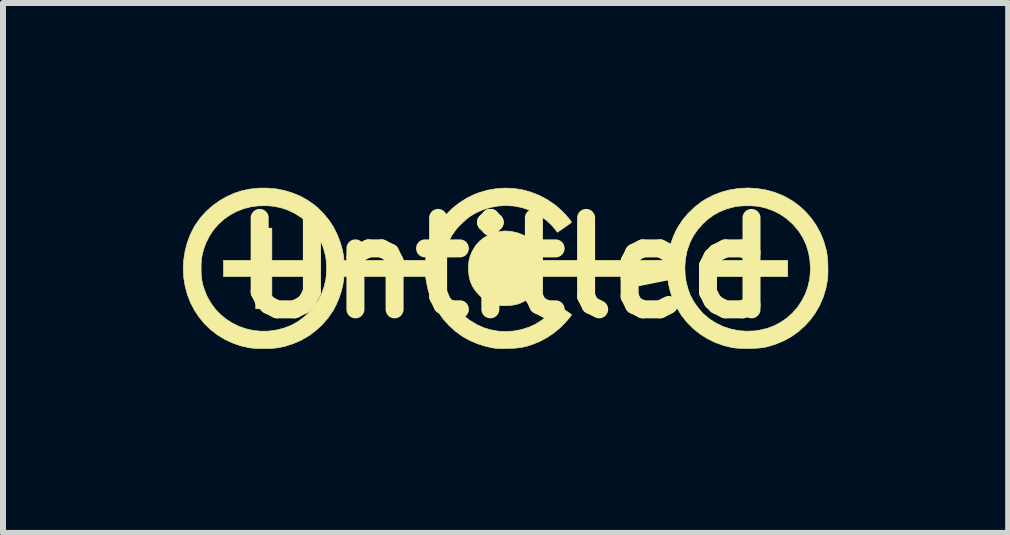
<source format=kicad_pcb>
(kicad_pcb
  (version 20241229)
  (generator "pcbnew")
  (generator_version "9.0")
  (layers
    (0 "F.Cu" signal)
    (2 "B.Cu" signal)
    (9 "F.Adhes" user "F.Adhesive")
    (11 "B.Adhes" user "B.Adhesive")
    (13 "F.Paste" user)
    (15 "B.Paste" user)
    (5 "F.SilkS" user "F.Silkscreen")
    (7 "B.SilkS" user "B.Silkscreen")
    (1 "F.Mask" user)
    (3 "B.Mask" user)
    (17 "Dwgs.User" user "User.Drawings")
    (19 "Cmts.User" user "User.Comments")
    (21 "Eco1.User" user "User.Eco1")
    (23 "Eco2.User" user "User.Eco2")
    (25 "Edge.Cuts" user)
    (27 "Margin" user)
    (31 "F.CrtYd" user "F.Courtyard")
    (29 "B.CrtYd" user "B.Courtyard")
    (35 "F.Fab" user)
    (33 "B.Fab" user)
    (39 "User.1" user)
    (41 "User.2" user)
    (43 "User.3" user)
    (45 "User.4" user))
  (footprint "Untitled"
    (layer "F.Cu")
    (at 5.38 1.418)
    (property "Reference" "Untitled" (at 0 0 0) (layer "F.SilkS") (effects (font (size 1.524 1.524) (thickness 0.3))))
    (attr through_hole)
    (fp_poly (pts (xy 4.704 0.143) (xy 3.368 0.143) (xy 3.368 -0.126) (xy 4.704 -0.126) (xy 4.704 0.143)) (stroke (width 0.01) (type solid)) (fill yes) (layer "F.SilkS"))
    (fp_poly (pts (xy -3.897 -0.126) (xy -3.36 -0.126) (xy -3.36 0.143) (xy -3.897 0.143) (xy -3.897 0.68) (xy -4.166 0.68) (xy -4.166 0.143) (xy -4.704 0.143) (xy -4.704 -0.126) (xy -4.166 -0.126) (xy -4.166 -0.664) (xy -3.897 -0.664) (xy -3.897 -0.126)) (stroke (width 0.01) (type solid)) (fill yes) (layer "F.SilkS"))
    (fp_poly (pts (xy 4.191 -1.325) (xy 4.335 -1.302) (xy 4.477 -1.264) (xy 4.613 -1.211) (xy 4.687 -1.174) (xy 4.797 -1.109) (xy 4.898 -1.033) (xy 4.994 -0.945) (xy 5.092 -0.835) (xy 5.176 -0.716) (xy 5.246 -0.589) (xy 5.303 -0.452) (xy 5.345 -0.305) (xy 5.351 -0.278) (xy 5.359 -0.231) (xy 5.366 -0.171) (xy 5.371 -0.104) (xy 5.374 -0.032) (xy 5.375 0.039) (xy 5.374 0.105) (xy 5.371 0.162) (xy 5.368 0.195) (xy 5.339 0.346) (xy 5.295 0.489) (xy 5.236 0.625) (xy 5.163 0.752) (xy 5.076 0.871) (xy 4.993 0.961) (xy 4.885 1.059) (xy 4.767 1.143) (xy 4.639 1.214) (xy 4.502 1.271) (xy 4.354 1.316) (xy 4.336 1.32) (xy 4.291 1.328) (xy 4.233 1.334) (xy 4.166 1.339) (xy 4.093 1.341) (xy 4.018 1.342) (xy 3.944 1.341) (xy 3.876 1.338) (xy 3.817 1.333) (xy 3.775 1.327) (xy 3.63 1.291) (xy 3.491 1.241) (xy 3.361 1.176) (xy 3.239 1.099) (xy 3.127 1.009) (xy 3.026 0.907) (xy 2.937 0.795) (xy 2.919 0.769) (xy 2.859 0.668) (xy 2.806 0.559) (xy 2.763 0.446) (xy 2.731 0.334) (xy 2.717 0.265) (xy 2.711 0.227) (xy 2.705 0.194) (xy 2.701 0.17) (xy 2.699 0.162) (xy 2.696 0.143) (xy 0.615 0.143) (xy 0.605 0.183) (xy 0.576 0.261) (xy 0.534 0.339) (xy 0.482 0.412) (xy 0.423 0.475) (xy 0.388 0.504) (xy 0.32 0.55) (xy 0.253 0.584) (xy 0.185 0.607) (xy 0.109 0.621) (xy 0.029 0.628) (xy -0.051 0.628) (xy -0.122 0.621) (xy -0.188 0.605) (xy -0.255 0.58) (xy -0.294 0.561) (xy -0.33 0.543) (xy -0.361 0.523) (xy -0.391 0.498) (xy -0.426 0.465) (xy -0.441 0.45) (xy -0.504 0.38) (xy -0.551 0.308) (xy -0.585 0.232) (xy -0.607 0.149) (xy -0.619 0.055) (xy -0.62 0.033) (xy -0.619 -0.025) (xy 2.989 -0.025) (xy 2.993 0.099) (xy 3.009 0.222) (xy 3.038 0.339) (xy 3.078 0.45) (xy 3.126 0.542) (xy 3.153 0.585) (xy 3.187 0.632) (xy 3.223 0.679) (xy 3.258 0.722) (xy 3.289 0.756) (xy 3.298 0.765) (xy 3.399 0.85) (xy 3.509 0.92) (xy 3.626 0.976) (xy 3.75 1.017) (xy 3.878 1.044) (xy 4.01 1.054) (xy 4.144 1.05) (xy 4.233 1.037) (xy 4.361 1.007) (xy 4.481 0.962) (xy 4.592 0.903) (xy 4.695 0.831) (xy 4.788 0.747) (xy 4.869 0.653) (xy 4.939 0.548) (xy 4.997 0.434) (xy 5.041 0.312) (xy 5.069 0.19) (xy 5.074 0.15) (xy 5.078 0.101) (xy 5.081 0.048) (xy 5.082 0.009) (xy 5.074 -0.129) (xy 5.051 -0.259) (xy 5.013 -0.383) (xy 4.96 -0.499) (xy 4.892 -0.608) (xy 4.809 -0.709) (xy 4.784 -0.736) (xy 4.685 -0.823) (xy 4.578 -0.896) (xy 4.462 -0.955) (xy 4.337 -0.999) (xy 4.243 -1.022) (xy 4.19 -1.03) (xy 4.126 -1.035) (xy 4.055 -1.037) (xy 3.983 -1.037) (xy 3.915 -1.033) (xy 3.855 -1.027) (xy 3.822 -1.021) (xy 3.693 -0.987) (xy 3.576 -0.941) (xy 3.468 -0.882) (xy 3.368 -0.809) (xy 3.292 -0.74) (xy 3.205 -0.642) (xy 3.133 -0.537) (xy 3.075 -0.426) (xy 3.032 -0.305) (xy 3.022 -0.269) (xy 2.999 -0.148) (xy 2.989 -0.025) (xy -0.619 -0.025) (xy -0.619 -0.05) (xy -0.61 -0.124) (xy -0.592 -0.194) (xy -0.562 -0.266) (xy -0.555 -0.281) (xy -0.505 -0.365) (xy -0.443 -0.438) (xy -0.37 -0.499) (xy -0.29 -0.549) (xy -0.202 -0.585) (xy -0.11 -0.608) (xy -0.013 -0.617) (xy 0.086 -0.611) (xy 0.185 -0.59) (xy 0.216 -0.58) (xy 0.281 -0.555) (xy 0.336 -0.525) (xy 0.388 -0.488) (xy 0.441 -0.44) (xy 0.45 -0.431) (xy 0.486 -0.394) (xy 0.512 -0.361) (xy 0.535 -0.327) (xy 0.556 -0.285) (xy 0.557 -0.284) (xy 0.575 -0.246) (xy 0.59 -0.209) (xy 0.602 -0.178) (xy 0.605 -0.166) (xy 0.615 -0.126) (xy 1.655 -0.126) (xy 1.809 -0.126) (xy 1.947 -0.126) (xy 2.07 -0.126) (xy 2.179 -0.126) (xy 2.274 -0.126) (xy 2.357 -0.127) (xy 2.429 -0.127) (xy 2.489 -0.128) (xy 2.54 -0.128) (xy 2.582 -0.129) (xy 2.616 -0.13) (xy 2.642 -0.131) (xy 2.663 -0.132) (xy 2.677 -0.133) (xy 2.688 -0.135) (xy 2.694 -0.136) (xy 2.697 -0.138) (xy 2.699 -0.14) (xy 2.699 -0.141) (xy 2.702 -0.157) (xy 2.706 -0.183) (xy 2.709 -0.206) (xy 2.721 -0.277) (xy 2.741 -0.357) (xy 2.767 -0.442) (xy 2.798 -0.526) (xy 2.833 -0.605) (xy 2.869 -0.674) (xy 2.871 -0.677) (xy 2.952 -0.801) (xy 3.047 -0.914) (xy 3.153 -1.015) (xy 3.268 -1.104) (xy 3.347 -1.153) (xy 3.477 -1.219) (xy 3.613 -1.27) (xy 3.755 -1.306) (xy 3.899 -1.327) (xy 4.045 -1.334) (xy 4.191 -1.325)) (stroke (width 0.01) (type solid)) (fill yes) (layer "F.SilkS"))
    (fp_poly (pts (xy -3.833 -1.32) (xy -3.693 -1.293) (xy -3.557 -1.252) (xy -3.427 -1.199) (xy -3.305 -1.132) (xy -3.192 -1.053) (xy -3.135 -1.005) (xy -3.031 -0.902) (xy -2.943 -0.794) (xy -2.869 -0.68) (xy -2.807 -0.557) (xy -2.756 -0.424) (xy -2.741 -0.373) (xy -2.726 -0.318) (xy -2.714 -0.264) (xy -2.704 -0.213) (xy -2.698 -0.171) (xy -2.696 -0.146) (xy -2.696 -0.126) (xy -1.336 -0.126) (xy -1.331 -0.157) (xy -1.313 -0.256) (xy -1.292 -0.343) (xy -1.275 -0.403) (xy -1.224 -0.537) (xy -1.158 -0.664) (xy -1.079 -0.784) (xy -0.987 -0.895) (xy -0.885 -0.996) (xy -0.772 -1.085) (xy -0.651 -1.162) (xy -0.523 -1.225) (xy -0.448 -1.254) (xy -0.301 -1.297) (xy -0.154 -1.323) (xy -0.007 -1.332) (xy 0.139 -1.326) (xy 0.283 -1.303) (xy 0.424 -1.264) (xy 0.561 -1.21) (xy 0.693 -1.14) (xy 0.815 -1.058) (xy 0.853 -1.028) (xy 0.893 -0.992) (xy 0.933 -0.954) (xy 0.973 -0.915) (xy 1.01 -0.876) (xy 1.042 -0.84) (xy 1.069 -0.808) (xy 1.087 -0.782) (xy 1.096 -0.764) (xy 1.095 -0.756) (xy 1.086 -0.75) (xy 1.066 -0.735) (xy 1.036 -0.714) (xy 1.001 -0.689) (xy 0.976 -0.672) (xy 0.864 -0.595) (xy 0.85 -0.614) (xy 0.78 -0.701) (xy 0.696 -0.782) (xy 0.6 -0.854) (xy 0.497 -0.917) (xy 0.387 -0.968) (xy 0.274 -1.006) (xy 0.263 -1.009) (xy 0.136 -1.033) (xy 0.007 -1.041) (xy -0.123 -1.033) (xy -0.251 -1.01) (xy -0.375 -0.972) (xy -0.494 -0.919) (xy -0.587 -0.864) (xy -0.625 -0.836) (xy -0.669 -0.799) (xy -0.716 -0.756) (xy -0.763 -0.711) (xy -0.804 -0.667) (xy -0.831 -0.635) (xy -0.897 -0.54) (xy -0.953 -0.432) (xy -1 -0.313) (xy -1.027 -0.218) (xy -1.036 -0.169) (xy -1.042 -0.109) (xy -1.046 -0.04) (xy -1.047 0.031) (xy -1.045 0.1) (xy -1.04 0.163) (xy -1.032 0.215) (xy -1.03 0.223) (xy -0.991 0.354) (xy -0.94 0.477) (xy -0.875 0.59) (xy -0.798 0.693) (xy -0.71 0.785) (xy -0.611 0.864) (xy -0.595 0.875) (xy -0.481 0.943) (xy -0.367 0.995) (xy -0.25 1.031) (xy -0.129 1.053) (xy -0.002 1.06) (xy 0.132 1.052) (xy 0.262 1.028) (xy 0.386 0.989) (xy 0.503 0.935) (xy 0.613 0.865) (xy 0.716 0.782) (xy 0.721 0.777) (xy 0.753 0.745) (xy 0.785 0.712) (xy 0.812 0.681) (xy 0.823 0.668) (xy 0.842 0.645) (xy 0.858 0.628) (xy 0.867 0.622) (xy 0.867 0.622) (xy 0.875 0.626) (xy 0.895 0.638) (xy 0.922 0.656) (xy 0.955 0.678) (xy 0.991 0.702) (xy 1.026 0.726) (xy 1.059 0.749) (xy 1.085 0.768) (xy 1.099 0.778) (xy 1.096 0.786) (xy 1.084 0.804) (xy 1.063 0.831) (xy 1.035 0.864) (xy 1.002 0.902) (xy 0.994 0.911) (xy 0.905 1.001) (xy 0.803 1.085) (xy 0.691 1.159) (xy 0.574 1.223) (xy 0.454 1.272) (xy 0.433 1.28) (xy 0.373 1.299) (xy 0.319 1.313) (xy 0.269 1.324) (xy 0.217 1.331) (xy 0.159 1.337) (xy 0.091 1.34) (xy 0.038 1.341) (xy -0.025 1.343) (xy -0.075 1.343) (xy -0.115 1.342) (xy -0.15 1.34) (xy -0.182 1.337) (xy -0.216 1.332) (xy -0.236 1.328) (xy -0.356 1.3) (xy -0.477 1.26) (xy -0.594 1.209) (xy -0.703 1.15) (xy -0.731 1.132) (xy -0.843 1.05) (xy -0.946 0.956) (xy -1.039 0.851) (xy -1.121 0.738) (xy -1.192 0.618) (xy -1.249 0.493) (xy -1.292 0.365) (xy -1.318 0.244) (xy -1.323 0.21) (xy -1.328 0.181) (xy -1.332 0.163) (xy -1.332 0.162) (xy -1.336 0.143) (xy -2.694 0.143) (xy -2.7 0.198) (xy -2.716 0.295) (xy -2.742 0.397) (xy -2.777 0.502) (xy -2.82 0.603) (xy -2.867 0.695) (xy -2.881 0.718) (xy -2.964 0.838) (xy -3.059 0.947) (xy -3.166 1.045) (xy -3.282 1.131) (xy -3.408 1.204) (xy -3.541 1.262) (xy -3.681 1.307) (xy -3.799 1.331) (xy -3.841 1.336) (xy -3.897 1.34) (xy -3.96 1.342) (xy -4.028 1.343) (xy -4.096 1.342) (xy -4.16 1.341) (xy -4.216 1.337) (xy -4.261 1.333) (xy -4.268 1.331) (xy -4.414 1.299) (xy -4.552 1.251) (xy -4.683 1.19) (xy -4.804 1.116) (xy -4.916 1.029) (xy -5.018 0.932) (xy -5.108 0.823) (xy -5.187 0.705) (xy -5.253 0.578) (xy -5.306 0.443) (xy -5.344 0.3) (xy -5.367 0.158) (xy -5.375 0.013) (xy -5.374 0.008) (xy -5.077 0.008) (xy -5.076 0.088) (xy -5.071 0.156) (xy -5.062 0.217) (xy -5.049 0.278) (xy -5.029 0.343) (xy -5.026 0.353) (xy -4.978 0.472) (xy -4.916 0.582) (xy -4.843 0.682) (xy -4.758 0.772) (xy -4.664 0.85) (xy -4.56 0.917) (xy -4.45 0.972) (xy -4.333 1.013) (xy -4.21 1.041) (xy -4.084 1.054) (xy -3.955 1.053) (xy -3.824 1.035) (xy -3.813 1.033) (xy -3.687 1) (xy -3.57 0.954) (xy -3.462 0.894) (xy -3.362 0.82) (xy -3.288 0.752) (xy -3.202 0.656) (xy -3.131 0.554) (xy -3.074 0.445) (xy -3.03 0.326) (xy -3.001 0.21) (xy -2.993 0.157) (xy -2.988 0.093) (xy -2.986 0.022) (xy -2.987 -0.049) (xy -2.991 -0.117) (xy -2.997 -0.176) (xy -3.002 -0.202) (xy -3.037 -0.332) (xy -3.086 -0.454) (xy -3.148 -0.567) (xy -3.223 -0.671) (xy -3.31 -0.763) (xy -3.409 -0.844) (xy -3.518 -0.912) (xy -3.556 -0.931) (xy -3.65 -0.973) (xy -3.743 -1.003) (xy -3.839 -1.024) (xy -3.942 -1.036) (xy -3.99 -1.038) (xy -4.121 -1.036) (xy -4.249 -1.019) (xy -4.371 -0.987) (xy -4.488 -0.941) (xy -4.597 -0.882) (xy -4.698 -0.811) (xy -4.79 -0.728) (xy -4.87 -0.635) (xy -4.939 -0.531) (xy -4.995 -0.419) (xy -5.022 -0.348) (xy -5.043 -0.28) (xy -5.058 -0.219) (xy -5.069 -0.159) (xy -5.075 -0.096) (xy -5.077 -0.024) (xy -5.077 0.008) (xy -5.374 0.008) (xy -5.367 -0.133) (xy -5.345 -0.277) (xy -5.309 -0.417) (xy -5.259 -0.552) (xy -5.196 -0.678) (xy -5.172 -0.718) (xy -5.09 -0.833) (xy -4.996 -0.939) (xy -4.889 -1.034) (xy -4.773 -1.119) (xy -4.649 -1.19) (xy -4.519 -1.248) (xy -4.409 -1.284) (xy -4.266 -1.315) (xy -4.121 -1.331) (xy -3.977 -1.332) (xy -3.833 -1.32)) (stroke (width 0.01) (type solid)) (fill yes) (layer "F.SilkS")))
  (gr_rect
    (start -3 -3)
    (end 13.76 5.836)
    (stroke (width 0.1) (type default))
    (fill no)
    (layer "Edge.Cuts")))
</source>
